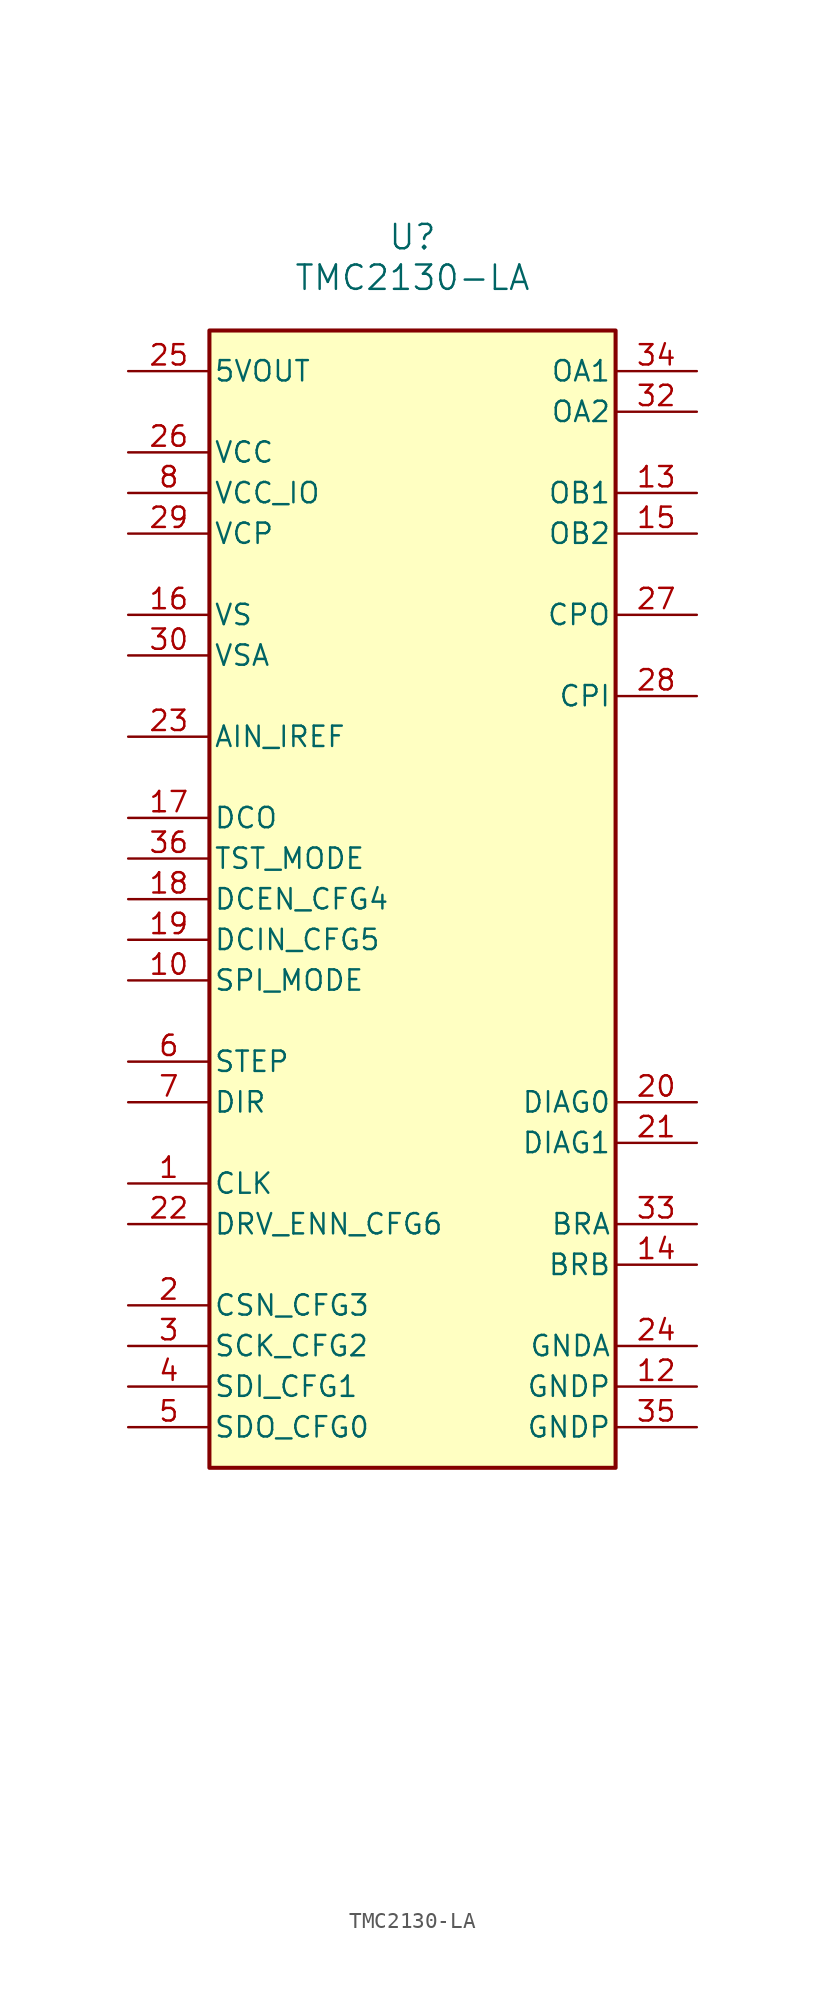
<source format=kicad_sym>
(kicad_symbol_lib
  (version 20231120)
  (generator "kicad_symbol_editor")
  (generator_version "8.0")
  (symbol "TMC2130-LA"
    (pin_names
      (offset 0.254))
    (property "Reference" "U"
      (at 0 41.402 0)
      (effects (font (size 1.524 1.524))))
    (property "Value" "TMC2130-LA"
      (at 0 38.862 0)
      (effects (font (size 1.524 1.524))))
    (symbol "TMC2130-LA_0_1"
      (rectangle (start -12.7 35.56) (end 12.7 -35.56) (stroke (width 0.254) (type default)) (fill (type background)))
      (pin input line (at -17.78 -17.78 0) (length 5.08) (name "CLK" (effects (font (size 1.27 1.27)))) (number "1" (effects (font (size 1.27 1.27)))))
      (pin input line (at -17.78 -5.08 0) (length 5.08) (name "SPI_MODE" (effects (font (size 1.27 1.27)))) (number "10" (effects (font (size 1.27 1.27)))))
      (pin power_in line (at 17.78 -30.48 180) (length 5.08) (name "GNDP" (effects (font (size 1.27 1.27)))) (number "12" (effects (font (size 1.27 1.27)))))
      (pin output line (at 17.78 25.4 180) (length 5.08) (name "OB1" (effects (font (size 1.27 1.27)))) (number "13" (effects (font (size 1.27 1.27)))))
      (pin unspecified line (at 17.78 -22.86 180) (length 5.08) (name "BRB" (effects (font (size 1.27 1.27)))) (number "14" (effects (font (size 1.27 1.27)))))
      (pin output line (at 17.78 22.86 180) (length 5.08) (name "OB2" (effects (font (size 1.27 1.27)))) (number "15" (effects (font (size 1.27 1.27)))))
      (pin power_in line (at -17.78 17.78 0) (length 5.08) (name "VS" (effects (font (size 1.27 1.27)))) (number "16" (effects (font (size 1.27 1.27)))))
      (pin output line (at -17.78 5.08 0) (length 5.08) (name "DCO" (effects (font (size 1.27 1.27)))) (number "17" (effects (font (size 1.27 1.27)))))
      (pin input line (at -17.78 0 0) (length 5.08) (name "DCEN_CFG4" (effects (font (size 1.27 1.27)))) (number "18" (effects (font (size 1.27 1.27)))))
      (pin input line (at -17.78 -2.54 0) (length 5.08) (name "DCIN_CFG5" (effects (font (size 1.27 1.27)))) (number "19" (effects (font (size 1.27 1.27)))))
      (pin input line (at -17.78 -25.4 0) (length 5.08) (name "CSN_CFG3" (effects (font (size 1.27 1.27)))) (number "2" (effects (font (size 1.27 1.27)))))
      (pin bidirectional line (at 17.78 -12.7 180) (length 5.08) (name "DIAG0" (effects (font (size 1.27 1.27)))) (number "20" (effects (font (size 1.27 1.27)))))
      (pin bidirectional line (at 17.78 -15.24 180) (length 5.08) (name "DIAG1" (effects (font (size 1.27 1.27)))) (number "21" (effects (font (size 1.27 1.27)))))
      (pin input line (at -17.78 -20.32 0) (length 5.08) (name "DRV_ENN_CFG6" (effects (font (size 1.27 1.27)))) (number "22" (effects (font (size 1.27 1.27)))))
      (pin input line (at -17.78 10.16 0) (length 5.08) (name "AIN_IREF" (effects (font (size 1.27 1.27)))) (number "23" (effects (font (size 1.27 1.27)))))
      (pin power_in line (at 17.78 -27.94 180) (length 5.08) (name "GNDA" (effects (font (size 1.27 1.27)))) (number "24" (effects (font (size 1.27 1.27)))))
      (pin output line (at -17.78 33.02 0) (length 5.08) (name "5VOUT" (effects (font (size 1.27 1.27)))) (number "25" (effects (font (size 1.27 1.27)))))
      (pin power_in line (at -17.78 27.94 0) (length 5.08) (name "VCC" (effects (font (size 1.27 1.27)))) (number "26" (effects (font (size 1.27 1.27)))))
      (pin output line (at 17.78 17.78 180) (length 5.08) (name "CPO" (effects (font (size 1.27 1.27)))) (number "27" (effects (font (size 1.27 1.27)))))
      (pin input line (at 17.78 12.7 180) (length 5.08) (name "CPI" (effects (font (size 1.27 1.27)))) (number "28" (effects (font (size 1.27 1.27)))))
      (pin power_in line (at -17.78 22.86 0) (length 5.08) (name "VCP" (effects (font (size 1.27 1.27)))) (number "29" (effects (font (size 1.27 1.27)))))
      (pin input line (at -17.78 -27.94 0) (length 5.08) (name "SCK_CFG2" (effects (font (size 1.27 1.27)))) (number "3" (effects (font (size 1.27 1.27)))))
      (pin power_in line (at -17.78 15.24 0) (length 5.08) (name "VSA" (effects (font (size 1.27 1.27)))) (number "30" (effects (font (size 1.27 1.27)))))
      (pin output line (at 17.78 30.48 180) (length 5.08) (name "OA2" (effects (font (size 1.27 1.27)))) (number "32" (effects (font (size 1.27 1.27)))))
      (pin unspecified line (at 17.78 -20.32 180) (length 5.08) (name "BRA" (effects (font (size 1.27 1.27)))) (number "33" (effects (font (size 1.27 1.27)))))
      (pin output line (at 17.78 33.02 180) (length 5.08) (name "OA1" (effects (font (size 1.27 1.27)))) (number "34" (effects (font (size 1.27 1.27)))))
      (pin power_in line (at 17.78 -33.02 180) (length 5.08) (name "GNDP" (effects (font (size 1.27 1.27)))) (number "35" (effects (font (size 1.27 1.27)))))
      (pin input line (at -17.78 2.54 0) (length 5.08) (name "TST_MODE" (effects (font (size 1.27 1.27)))) (number "36" (effects (font (size 1.27 1.27)))))
      (pin input line (at -17.78 -30.48 0) (length 5.08) (name "SDI_CFG1" (effects (font (size 1.27 1.27)))) (number "4" (effects (font (size 1.27 1.27)))))
      (pin bidirectional line (at -17.78 -33.02 0) (length 5.08) (name "SDO_CFG0" (effects (font (size 1.27 1.27)))) (number "5" (effects (font (size 1.27 1.27)))))
      (pin input line (at -17.78 -10.16 0) (length 5.08) (name "STEP" (effects (font (size 1.27 1.27)))) (number "6" (effects (font (size 1.27 1.27)))))
      (pin input line (at -17.78 -12.7 0) (length 5.08) (name "DIR" (effects (font (size 1.27 1.27)))) (number "7" (effects (font (size 1.27 1.27)))))
      (pin power_in line (at -17.78 25.4 0) (length 5.08) (name "VCC_IO" (effects (font (size 1.27 1.27)))) (number "8" (effects (font (size 1.27 1.27))))))
    (symbol "TMC2130-LA_1_1"
      (pin no_connect line (at 0 -53.34 180) (length 5.08) hide (name "NC" (effects (font (size 1.27 1.27)))) (number "11" (effects (font (size 1.27 1.27)))))
      (pin passive line (at -17.78 17.78 0) (length 5.08) hide (name "VS" (effects (font (size 1.27 1.27)))) (number "31" (effects (font (size 1.27 1.27)))))
      (pin no_connect line (at 0 -50.8 180) (length 5.08) hide (name "NC" (effects (font (size 1.27 1.27)))) (number "9" (effects (font (size 1.27 1.27))))))))
</source>
